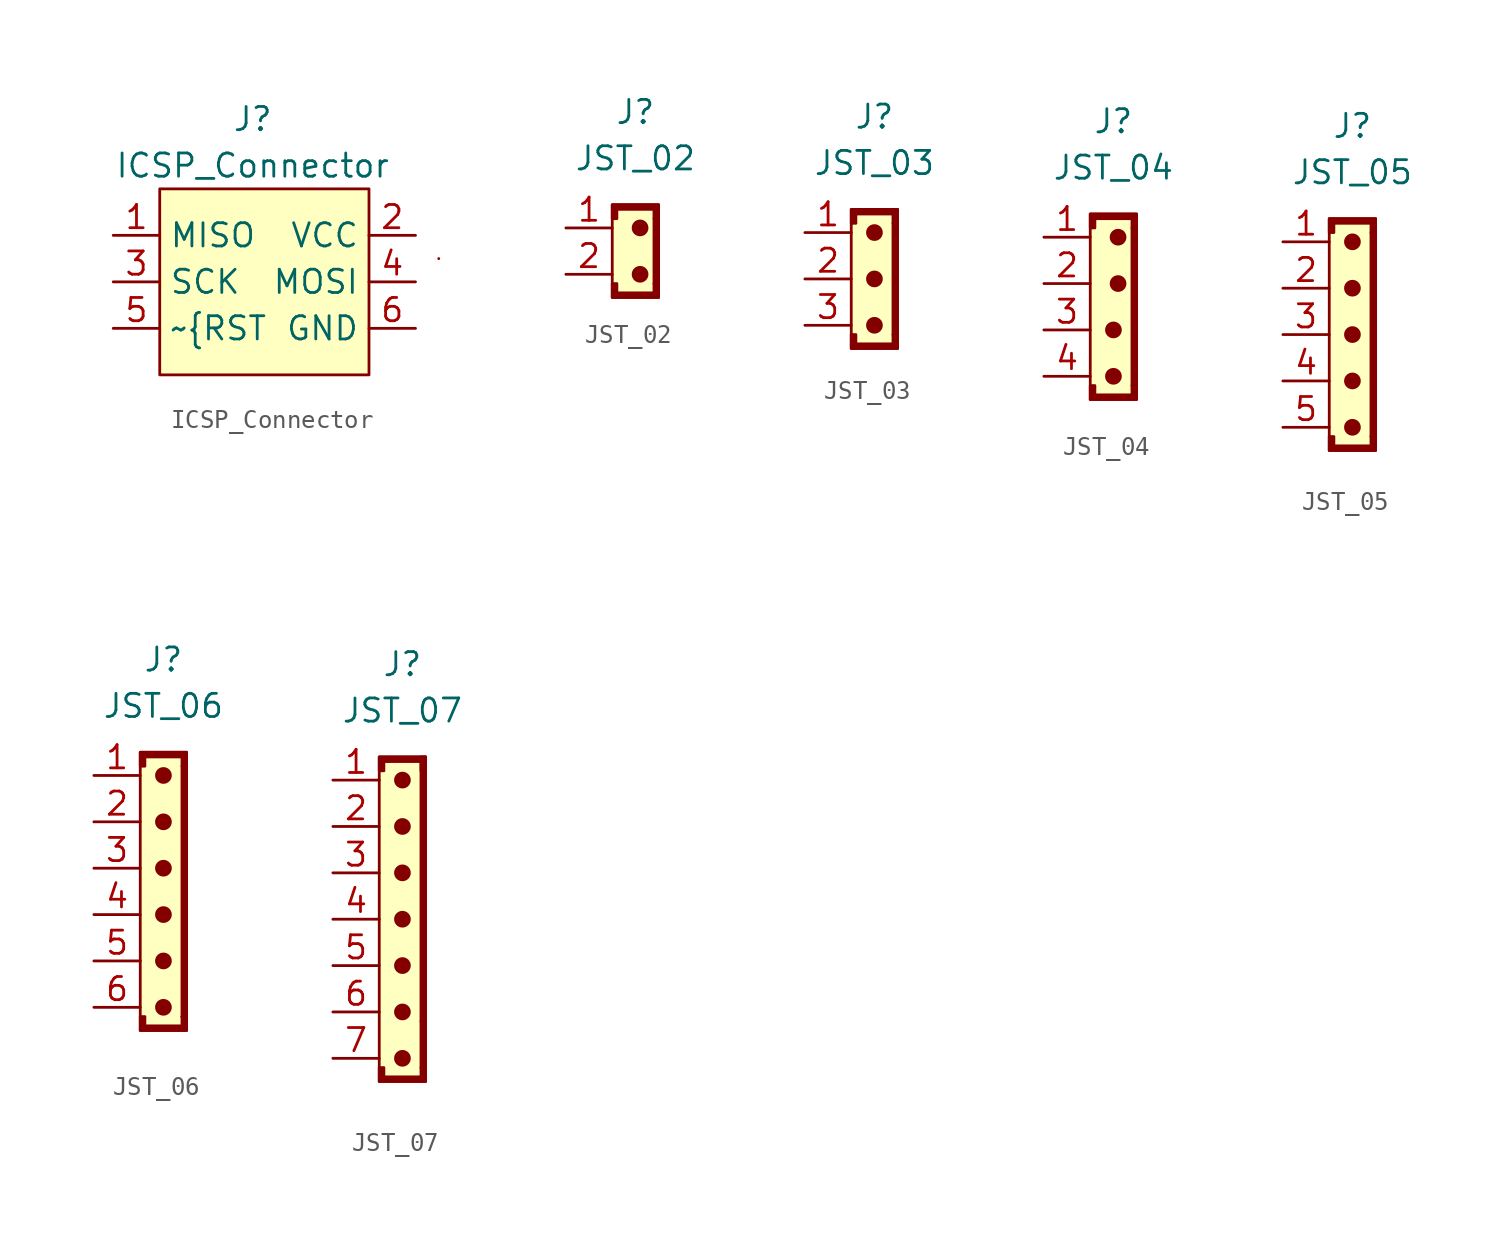
<source format=kicad_sym>
(kicad_symbol_lib
  (version 20211014)
  (generator kicad_symbol_editor)
  (symbol "ICSP_Connector"
    (property "Reference" "J"
      (at 0 8.89 0)
      (effects (font (size 1.27 1.27))))
    (property "Value" "ICSP_Connector"
      (at 0 6.35 0)
      (effects (font (size 1.27 1.27))))
    (symbol "ICSP_Connector_0_1"
      (rectangle (start -5.08 5.08) (end 6.35 -5.08) (stroke (width 0) (type default) (color 0 0 0 0)) (fill (type background)))
      (rectangle (start 10.16 1.27) (end 10.16 1.27) (stroke (width 0) (type default) (color 0 0 0 0)) (fill (type none))))
    (symbol "ICSP_Connector_1_1"
      (pin bidirectional line (at -7.62 2.54 0) (length 2.54) (name "MISO" (effects (font (size 1.27 1.27)))) (number "1" (effects (font (size 1.27 1.27)))))
      (pin power_in line (at 8.89 2.54 180) (length 2.54) (name "VCC" (effects (font (size 1.27 1.27)))) (number "2" (effects (font (size 1.27 1.27)))))
      (pin input line (at -7.62 0 0) (length 2.54) (name "SCK" (effects (font (size 1.27 1.27)))) (number "3" (effects (font (size 1.27 1.27)))))
      (pin bidirectional line (at 8.89 0 180) (length 2.54) (name "MOSI" (effects (font (size 1.27 1.27)))) (number "4" (effects (font (size 1.27 1.27)))))
      (pin input line (at -7.62 -2.54 0) (length 2.54) (name "~{RST" (effects (font (size 1.27 1.27)))) (number "5" (effects (font (size 1.27 1.27)))))
      (pin power_in line (at 8.89 -2.54 180) (length 2.54) (name "GND" (effects (font (size 1.27 1.27)))) (number "6" (effects (font (size 1.27 1.27)))))))
  (symbol "JST_02"
    (property "Reference" "J"
      (at 0 7.62 0)
      (effects (font (size 1.27 1.27))))
    (property "Value" "JST_02"
      (at 0 5.08 0)
      (effects (font (size 1.27 1.27))))
    (symbol "JST_02_0_1"
      (rectangle (start -1.27 2.54) (end 1.27 -2.54) (stroke (width 0) (type default) (color 0 0 0 0)) (fill (type background)))
      (polyline (pts (xy -1.27 -1.778) (xy -1.27 -2.54) (xy 1.27 -2.54) (xy 1.27 -1.778) (xy 1.016 -1.778) (xy 1.016 -2.286) (xy -1.016 -2.286) (xy -1.016 -1.778) (xy -1.27 -1.778)) (stroke (width 0) (type default) (color 0 0 0 0)) (fill (type outline)))
      (polyline (pts (xy 1.27 1.778) (xy 1.27 2.54) (xy -1.27 2.54) (xy -1.27 1.778) (xy -1.016 1.778) (xy -1.016 2.286) (xy 1.016 2.286) (xy 1.016 1.778) (xy 1.27 1.778)) (stroke (width 0) (type default) (color 0 0 0 0)) (fill (type outline)))
      (circle (center 0.254 -1.27) (radius 0.381) (stroke (width 0) (type default) (color 0 0 0 0)) (fill (type outline)))
      (circle (center 0.254 1.27) (radius 0.381) (stroke (width 0) (type default) (color 0 0 0 0)) (fill (type outline)))
      (rectangle (start 1.016 1.778) (end 1.27 -1.778) (stroke (width 0) (type default) (color 0 0 0 0)) (fill (type outline))))
    (symbol "JST_02_1_1"
      (pin passive line (at -3.81 1.27 0) (length 2.54) (name "" (effects (font (size 1.27 1.27)))) (number "1" (effects (font (size 1.27 1.27)))))
      (pin passive line (at -3.81 -1.27 0) (length 2.54) (name "" (effects (font (size 1.27 1.27)))) (number "2" (effects (font (size 1.27 1.27)))))))
  (symbol "JST_03"
    (property "Reference" "J"
      (at 0 8.89 0)
      (effects (font (size 1.27 1.27))))
    (property "Value" "JST_03"
      (at 0 6.35 0)
      (effects (font (size 1.27 1.27))))
    (symbol "JST_03_0_1"
      (rectangle (start -1.27 3.81) (end 1.27 -3.81) (stroke (width 0) (type default) (color 0 0 0 0)) (fill (type background)))
      (circle (center 0 -2.54) (radius 0.381) (stroke (width 0) (type default) (color 0 0 0 0)) (fill (type outline)))
      (polyline (pts (xy -1.27 -3.048) (xy -1.27 -3.81) (xy 1.27 -3.81) (xy 1.27 -3.048) (xy 1.016 -3.048) (xy 1.016 -3.556) (xy -1.016 -3.556) (xy -1.016 -3.048) (xy -1.27 -3.048)) (stroke (width 0) (type default) (color 0 0 0 0)) (fill (type outline)))
      (polyline (pts (xy 1.27 3.048) (xy 1.27 3.81) (xy -1.27 3.81) (xy -1.27 3.048) (xy -1.016 3.048) (xy -1.016 3.556) (xy 1.016 3.556) (xy 1.016 3.048) (xy 1.27 3.048)) (stroke (width 0) (type default) (color 0 0 0 0)) (fill (type outline)))
      (circle (center 0 0) (radius 0.381) (stroke (width 0) (type default) (color 0 0 0 0)) (fill (type outline)))
      (circle (center 0 2.54) (radius 0.381) (stroke (width 0) (type default) (color 0 0 0 0)) (fill (type outline)))
      (rectangle (start 1.016 3.048) (end 1.27 -3.048) (stroke (width 0) (type default) (color 0 0 0 0)) (fill (type outline))))
    (symbol "JST_03_1_1"
      (pin passive line (at -3.81 2.54 0) (length 2.54) (name "" (effects (font (size 1.27 1.27)))) (number "1" (effects (font (size 1.27 1.27)))))
      (pin passive line (at -3.81 0 0) (length 2.54) (name "" (effects (font (size 1.27 1.27)))) (number "2" (effects (font (size 1.27 1.27)))))
      (pin passive line (at -3.81 -2.54 0) (length 2.54) (name "" (effects (font (size 1.27 1.27)))) (number "3" (effects (font (size 1.27 1.27)))))))
  (symbol "JST_04"
    (property "Reference" "J"
      (at 0 10.414 0)
      (effects (font (size 1.27 1.27))))
    (property "Value" "JST_04"
      (at 0 7.874 0)
      (effects (font (size 1.27 1.27))))
    (symbol "JST_04_0_1"
      (rectangle (start -1.27 5.334) (end 1.27 -4.826) (stroke (width 0) (type default) (color 0 0 0 0)) (fill (type background)))
      (circle (center 0 -3.556) (radius 0.381) (stroke (width 0) (type default) (color 0 0 0 0)) (fill (type outline)))
      (circle (center 0 -1.016) (radius 0.381) (stroke (width 0) (type default) (color 0 0 0 0)) (fill (type outline)))
      (polyline (pts (xy -1.27 -4.064) (xy -1.27 -4.826) (xy 1.27 -4.826) (xy 1.27 -4.064) (xy 1.016 -4.064) (xy 1.016 -4.572) (xy -1.016 -4.572) (xy -1.016 -4.064) (xy -1.27 -4.064)) (stroke (width 0) (type default) (color 0 0 0 0)) (fill (type outline)))
      (polyline (pts (xy 1.27 4.572) (xy 1.27 5.334) (xy -1.27 5.334) (xy -1.27 4.572) (xy -1.016 4.572) (xy -1.016 5.08) (xy 1.016 5.08) (xy 1.016 4.572) (xy 1.27 4.572)) (stroke (width 0) (type default) (color 0 0 0 0)) (fill (type outline)))
      (circle (center 0.254 1.524) (radius 0.381) (stroke (width 0) (type default) (color 0 0 0 0)) (fill (type outline)))
      (circle (center 0.254 4.064) (radius 0.381) (stroke (width 0) (type default) (color 0 0 0 0)) (fill (type outline)))
      (rectangle (start 1.016 4.572) (end 1.27 -4.064) (stroke (width 0) (type default) (color 0 0 0 0)) (fill (type outline))))
    (symbol "JST_04_1_1"
      (pin passive line (at -3.81 4.064 0) (length 2.54) (name "" (effects (font (size 1.27 1.27)))) (number "1" (effects (font (size 1.27 1.27)))))
      (pin passive line (at -3.81 1.524 0) (length 2.54) (name "" (effects (font (size 1.27 1.27)))) (number "2" (effects (font (size 1.27 1.27)))))
      (pin passive line (at -3.81 -1.016 0) (length 2.54) (name "" (effects (font (size 1.27 1.27)))) (number "3" (effects (font (size 1.27 1.27)))))
      (pin passive line (at -3.81 -3.556 0) (length 2.54) (name "" (effects (font (size 1.27 1.27)))) (number "4" (effects (font (size 1.27 1.27)))))))
  (symbol "JST_05"
    (property "Reference" "J"
      (at 0 11.43 0)
      (effects (font (size 1.27 1.27))))
    (property "Value" "JST_05"
      (at 0 8.89 0)
      (effects (font (size 1.27 1.27))))
    (symbol "JST_05_0_1"
      (rectangle (start -1.27 6.35) (end 1.27 -6.35) (stroke (width 0) (type default) (color 0 0 0 0)) (fill (type background)))
      (circle (center 0 -5.08) (radius 0.381) (stroke (width 0) (type default) (color 0 0 0 0)) (fill (type outline)))
      (circle (center 0 -2.54) (radius 0.381) (stroke (width 0) (type default) (color 0 0 0 0)) (fill (type outline)))
      (polyline (pts (xy -1.27 -5.588) (xy -1.27 -6.35) (xy 1.27 -6.35) (xy 1.27 -5.588) (xy 1.016 -5.588) (xy 1.016 -6.096) (xy -1.016 -6.096) (xy -1.016 -5.588) (xy -1.27 -5.588)) (stroke (width 0) (type default) (color 0 0 0 0)) (fill (type outline)))
      (polyline (pts (xy 1.27 5.588) (xy 1.27 6.35) (xy -1.27 6.35) (xy -1.27 5.588) (xy -1.016 5.588) (xy -1.016 6.096) (xy 1.016 6.096) (xy 1.016 5.588) (xy 1.27 5.588)) (stroke (width 0) (type default) (color 0 0 0 0)) (fill (type outline)))
      (circle (center 0 0) (radius 0.381) (stroke (width 0) (type default) (color 0 0 0 0)) (fill (type outline)))
      (circle (center 0 2.54) (radius 0.381) (stroke (width 0) (type default) (color 0 0 0 0)) (fill (type outline)))
      (circle (center 0 5.08) (radius 0.381) (stroke (width 0) (type default) (color 0 0 0 0)) (fill (type outline)))
      (rectangle (start 1.016 5.588) (end 1.27 -5.588) (stroke (width 0) (type default) (color 0 0 0 0)) (fill (type outline))))
    (symbol "JST_05_1_1"
      (pin passive line (at -3.81 5.08 0) (length 2.54) (name "" (effects (font (size 1.27 1.27)))) (number "1" (effects (font (size 1.27 1.27)))))
      (pin passive line (at -3.81 2.54 0) (length 2.54) (name "" (effects (font (size 1.27 1.27)))) (number "2" (effects (font (size 1.27 1.27)))))
      (pin passive line (at -3.81 0 0) (length 2.54) (name "" (effects (font (size 1.27 1.27)))) (number "3" (effects (font (size 1.27 1.27)))))
      (pin passive line (at -3.81 -2.54 0) (length 2.54) (name "" (effects (font (size 1.27 1.27)))) (number "4" (effects (font (size 1.27 1.27)))))
      (pin passive line (at -3.81 -5.08 0) (length 2.54) (name "" (effects (font (size 1.27 1.27)))) (number "5" (effects (font (size 1.27 1.27)))))))
  (symbol "JST_06"
    (property "Reference" "J"
      (at 0 12.7 0)
      (effects (font (size 1.27 1.27))))
    (property "Value" "JST_06"
      (at 0 10.16 0)
      (effects (font (size 1.27 1.27))))
    (symbol "JST_06_0_1"
      (rectangle (start -1.27 7.62) (end 1.27 -7.62) (stroke (width 0) (type default) (color 0 0 0 0)) (fill (type background)))
      (circle (center 0 -6.35) (radius 0.381) (stroke (width 0) (type default) (color 0 0 0 0)) (fill (type outline)))
      (circle (center 0 -3.81) (radius 0.381) (stroke (width 0) (type default) (color 0 0 0 0)) (fill (type outline)))
      (circle (center 0 -1.27) (radius 0.381) (stroke (width 0) (type default) (color 0 0 0 0)) (fill (type outline)))
      (polyline (pts (xy -1.27 -6.858) (xy -1.27 -7.62) (xy 1.27 -7.62) (xy 1.27 -6.858) (xy 1.016 -6.858) (xy 1.016 -7.366) (xy -1.016 -7.366) (xy -1.016 -6.858) (xy -1.27 -6.858)) (stroke (width 0) (type default) (color 0 0 0 0)) (fill (type outline)))
      (polyline (pts (xy 1.27 6.858) (xy 1.27 7.62) (xy -1.27 7.62) (xy -1.27 6.858) (xy -1.016 6.858) (xy -1.016 7.366) (xy 1.016 7.366) (xy 1.016 6.858) (xy 1.27 6.858)) (stroke (width 0) (type default) (color 0 0 0 0)) (fill (type outline)))
      (circle (center 0 1.27) (radius 0.381) (stroke (width 0) (type default) (color 0 0 0 0)) (fill (type outline)))
      (circle (center 0 3.81) (radius 0.381) (stroke (width 0) (type default) (color 0 0 0 0)) (fill (type outline)))
      (circle (center 0 6.35) (radius 0.381) (stroke (width 0) (type default) (color 0 0 0 0)) (fill (type outline)))
      (rectangle (start 1.016 -6.858) (end 1.27 -6.858) (stroke (width 0) (type default) (color 0 0 0 0)) (fill (type none)))
      (rectangle (start 1.016 -6.858) (end 1.27 6.858) (stroke (width 0) (type default) (color 0 0 0 0)) (fill (type outline))))
    (symbol "JST_06_1_1"
      (pin passive line (at -3.81 6.35 0) (length 2.54) (name "" (effects (font (size 1.27 1.27)))) (number "1" (effects (font (size 1.27 1.27)))))
      (pin passive line (at -3.81 3.81 0) (length 2.54) (name "" (effects (font (size 1.27 1.27)))) (number "2" (effects (font (size 1.27 1.27)))))
      (pin passive line (at -3.81 1.27 0) (length 2.54) (name "" (effects (font (size 1.27 1.27)))) (number "3" (effects (font (size 1.27 1.27)))))
      (pin passive line (at -3.81 -1.27 0) (length 2.54) (name "" (effects (font (size 1.27 1.27)))) (number "4" (effects (font (size 1.27 1.27)))))
      (pin passive line (at -3.81 -3.81 0) (length 2.54) (name "" (effects (font (size 1.27 1.27)))) (number "5" (effects (font (size 1.27 1.27)))))
      (pin passive line (at -3.81 -6.35 0) (length 2.54) (name "" (effects (font (size 1.27 1.27)))) (number "6" (effects (font (size 1.27 1.27)))))))
  (symbol "JST_07"
    (property "Reference" "J"
      (at 0 13.97 0)
      (effects (font (size 1.27 1.27))))
    (property "Value" "JST_07"
      (at 0 11.43 0)
      (effects (font (size 1.27 1.27))))
    (symbol "JST_07_0_1"
      (rectangle (start -1.27 8.89) (end 1.27 -8.89) (stroke (width 0) (type default) (color 0 0 0 0)) (fill (type background)))
      (circle (center 0 -7.62) (radius 0.381) (stroke (width 0) (type default) (color 0 0 0 0)) (fill (type outline)))
      (circle (center 0 -5.08) (radius 0.381) (stroke (width 0) (type default) (color 0 0 0 0)) (fill (type outline)))
      (circle (center 0 -2.54) (radius 0.381) (stroke (width 0) (type default) (color 0 0 0 0)) (fill (type outline)))
      (polyline (pts (xy -1.27 -8.128) (xy -1.27 -8.89) (xy 1.27 -8.89) (xy 1.27 -8.128) (xy 1.016 -8.128) (xy 1.016 -8.636) (xy -1.016 -8.636) (xy -1.016 -8.128) (xy -1.27 -8.128)) (stroke (width 0) (type default) (color 0 0 0 0)) (fill (type outline)))
      (polyline (pts (xy 1.27 8.128) (xy 1.27 8.89) (xy -1.27 8.89) (xy -1.27 8.128) (xy -1.016 8.128) (xy -1.016 8.636) (xy 1.016 8.636) (xy 1.016 8.128) (xy 1.27 8.128)) (stroke (width 0) (type default) (color 0 0 0 0)) (fill (type outline)))
      (circle (center 0 0) (radius 0.381) (stroke (width 0) (type default) (color 0 0 0 0)) (fill (type outline)))
      (circle (center 0 2.54) (radius 0.381) (stroke (width 0) (type default) (color 0 0 0 0)) (fill (type outline)))
      (circle (center 0 5.08) (radius 0.381) (stroke (width 0) (type default) (color 0 0 0 0)) (fill (type outline)))
      (circle (center 0 7.62) (radius 0.381) (stroke (width 0) (type default) (color 0 0 0 0)) (fill (type outline)))
      (rectangle (start 1.016 -5.588) (end 1.27 -5.588) (stroke (width 0) (type default) (color 0 0 0 0)) (fill (type none)))
      (rectangle (start 1.016 8.89) (end 1.27 -8.128) (stroke (width 0) (type default) (color 0 0 0 0)) (fill (type outline))))
    (symbol "JST_07_1_1"
      (pin passive line (at -3.81 7.62 0) (length 2.54) (name "" (effects (font (size 1.27 1.27)))) (number "1" (effects (font (size 1.27 1.27)))))
      (pin passive line (at -3.81 5.08 0) (length 2.54) (name "" (effects (font (size 1.27 1.27)))) (number "2" (effects (font (size 1.27 1.27)))))
      (pin passive line (at -3.81 2.54 0) (length 2.54) (name "" (effects (font (size 1.27 1.27)))) (number "3" (effects (font (size 1.27 1.27)))))
      (pin passive line (at -3.81 0 0) (length 2.54) (name "" (effects (font (size 1.27 1.27)))) (number "4" (effects (font (size 1.27 1.27)))))
      (pin passive line (at -3.81 -2.54 0) (length 2.54) (name "" (effects (font (size 1.27 1.27)))) (number "5" (effects (font (size 1.27 1.27)))))
      (pin passive line (at -3.81 -5.08 0) (length 2.54) (name "" (effects (font (size 1.27 1.27)))) (number "6" (effects (font (size 1.27 1.27)))))
      (pin passive line (at -3.81 -7.62 0) (length 2.54) (name "" (effects (font (size 1.27 1.27)))) (number "7" (effects (font (size 1.27 1.27))))))))
</source>
